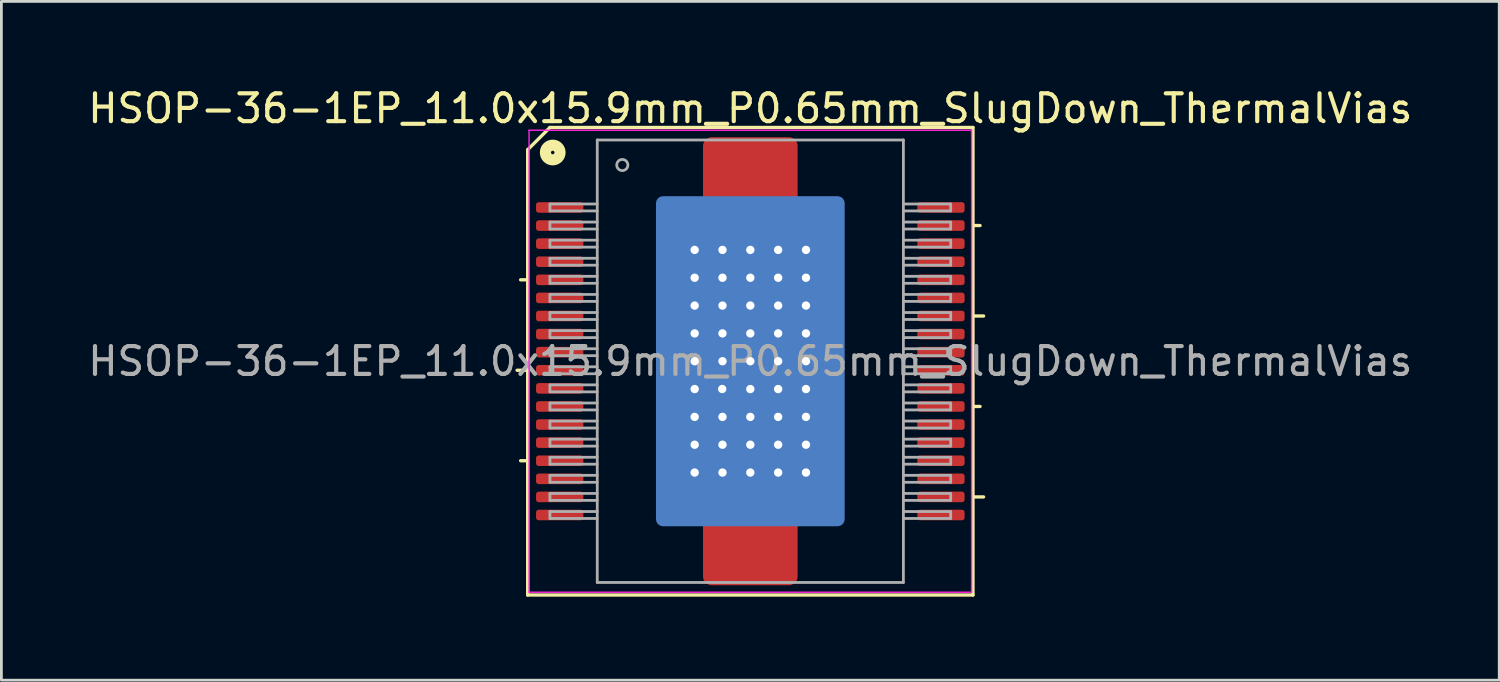
<source format=kicad_pcb>
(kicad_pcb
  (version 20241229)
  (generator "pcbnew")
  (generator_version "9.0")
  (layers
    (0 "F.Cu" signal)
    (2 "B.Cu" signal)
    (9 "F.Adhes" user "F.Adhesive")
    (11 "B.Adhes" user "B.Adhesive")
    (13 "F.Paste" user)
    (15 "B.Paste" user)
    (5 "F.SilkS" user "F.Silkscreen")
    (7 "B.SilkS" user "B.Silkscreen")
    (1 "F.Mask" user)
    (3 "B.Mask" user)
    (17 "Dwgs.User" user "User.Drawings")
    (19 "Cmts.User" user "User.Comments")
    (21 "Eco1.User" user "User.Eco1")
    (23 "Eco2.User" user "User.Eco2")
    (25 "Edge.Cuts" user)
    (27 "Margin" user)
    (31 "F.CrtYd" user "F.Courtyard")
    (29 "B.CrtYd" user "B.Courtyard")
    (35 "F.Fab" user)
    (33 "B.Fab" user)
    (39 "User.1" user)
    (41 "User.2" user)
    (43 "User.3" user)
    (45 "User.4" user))
  (footprint "HSOP-36-1EP_11.0x15.9mm_P0.65mm_SlugDown_ThermalVias"
    (layer "F.Cu")
    (at 23.911 9.93)
    (property "Reference" "HSOP-36-1EP_11.0x15.9mm_P0.65mm_SlugDown_ThermalVias" (at 0 -9.082 0) (layer "F.SilkS") (effects (font (size 1 1) (thickness 0.15))))
    (attr smd)
    (fp_line (start -8 -7.6) (end -8 8.4) (stroke (width 0.12) (type solid)) (layer "F.SilkS"))
    (fp_line (start -8 -7.6) (end -7.2 -8.4) (stroke (width 0.12) (type solid)) (layer "F.SilkS"))
    (fp_line (start -8 -2.925) (end -8.254 -2.925) (stroke (width 0.12) (type solid)) (layer "F.SilkS"))
    (fp_line (start -8 0.325) (end -8.381 0.325) (stroke (width 0.12) (type solid)) (layer "F.SilkS"))
    (fp_line (start -8 3.575) (end -8.254 3.575) (stroke (width 0.12) (type solid)) (layer "F.SilkS"))
    (fp_line (start -8 8.4) (end 8 8.4) (stroke (width 0.12) (type solid)) (layer "F.SilkS"))
    (fp_line (start 8 -8.4) (end -7.2 -8.4) (stroke (width 0.12) (type solid)) (layer "F.SilkS"))
    (fp_line (start 8 -4.875) (end 8.254 -4.875) (stroke (width 0.12) (type solid)) (layer "F.SilkS"))
    (fp_line (start 8 -1.625) (end 8.381 -1.625) (stroke (width 0.12) (type solid)) (layer "F.SilkS"))
    (fp_line (start 8 1.625) (end 8.254 1.625) (stroke (width 0.12) (type solid)) (layer "F.SilkS"))
    (fp_line (start 8 4.875) (end 8.381 4.875) (stroke (width 0.12) (type solid)) (layer "F.SilkS"))
    (fp_line (start 8 8.4) (end 8 -8.4) (stroke (width 0.12) (type solid)) (layer "F.SilkS"))
    (fp_circle (center -7.1 -7.5) (end -7.037 -7.5) (stroke (width 0.4) (type solid)) (fill no) (layer "F.SilkS"))
    (fp_line (start -7.95 -8.3) (end -7.95 8.3) (stroke (width 0.05) (type solid)) (layer "F.CrtYd"))
    (fp_line (start -7.95 -8.3) (end 7.95 -8.3) (stroke (width 0.05) (type solid)) (layer "F.CrtYd"))
    (fp_line (start 7.95 8.3) (end -7.95 8.3) (stroke (width 0.05) (type solid)) (layer "F.CrtYd"))
    (fp_line (start 7.95 8.3) (end 7.95 -8.3) (stroke (width 0.05) (type solid)) (layer "F.CrtYd"))
    (fp_line (start -7.2 -5.65) (end -7.2 -5.4) (stroke (width 0.1) (type solid)) (layer "F.Fab"))
    (fp_line (start -7.2 -5.65) (end -5.5 -5.65) (stroke (width 0.1) (type solid)) (layer "F.Fab"))
    (fp_line (start -7.2 -5.4) (end -5.5 -5.4) (stroke (width 0.1) (type solid)) (layer "F.Fab"))
    (fp_line (start -7.2 -5) (end -7.2 -4.75) (stroke (width 0.1) (type solid)) (layer "F.Fab"))
    (fp_line (start -7.2 -5) (end -5.5 -5) (stroke (width 0.1) (type solid)) (layer "F.Fab"))
    (fp_line (start -7.2 -4.75) (end -5.5 -4.75) (stroke (width 0.1) (type solid)) (layer "F.Fab"))
    (fp_line (start -7.2 -4.35) (end -7.2 -4.1) (stroke (width 0.1) (type solid)) (layer "F.Fab"))
    (fp_line (start -7.2 -4.35) (end -5.5 -4.35) (stroke (width 0.1) (type solid)) (layer "F.Fab"))
    (fp_line (start -7.2 -4.1) (end -5.5 -4.1) (stroke (width 0.1) (type solid)) (layer "F.Fab"))
    (fp_line (start -7.2 -3.7) (end -7.2 -3.45) (stroke (width 0.1) (type solid)) (layer "F.Fab"))
    (fp_line (start -7.2 -3.7) (end -5.5 -3.7) (stroke (width 0.1) (type solid)) (layer "F.Fab"))
    (fp_line (start -7.2 -3.45) (end -5.5 -3.45) (stroke (width 0.1) (type solid)) (layer "F.Fab"))
    (fp_line (start -7.2 -3.05) (end -7.2 -2.8) (stroke (width 0.1) (type solid)) (layer "F.Fab"))
    (fp_line (start -7.2 -3.05) (end -5.5 -3.05) (stroke (width 0.1) (type solid)) (layer "F.Fab"))
    (fp_line (start -7.2 -2.8) (end -5.5 -2.8) (stroke (width 0.1) (type solid)) (layer "F.Fab"))
    (fp_line (start -7.2 -2.4) (end -7.2 -2.15) (stroke (width 0.1) (type solid)) (layer "F.Fab"))
    (fp_line (start -7.2 -2.4) (end -5.5 -2.4) (stroke (width 0.1) (type solid)) (layer "F.Fab"))
    (fp_line (start -7.2 -2.15) (end -5.5 -2.15) (stroke (width 0.1) (type solid)) (layer "F.Fab"))
    (fp_line (start -7.2 -1.75) (end -7.2 -1.5) (stroke (width 0.1) (type solid)) (layer "F.Fab"))
    (fp_line (start -7.2 -1.75) (end -5.5 -1.75) (stroke (width 0.1) (type solid)) (layer "F.Fab"))
    (fp_line (start -7.2 -1.5) (end -5.5 -1.5) (stroke (width 0.1) (type solid)) (layer "F.Fab"))
    (fp_line (start -7.2 -1.1) (end -7.2 -0.85) (stroke (width 0.1) (type solid)) (layer "F.Fab"))
    (fp_line (start -7.2 -1.1) (end -5.5 -1.1) (stroke (width 0.1) (type solid)) (layer "F.Fab"))
    (fp_line (start -7.2 -0.85) (end -5.5 -0.85) (stroke (width 0.1) (type solid)) (layer "F.Fab"))
    (fp_line (start -7.2 -0.45) (end -7.2 -0.2) (stroke (width 0.1) (type solid)) (layer "F.Fab"))
    (fp_line (start -7.2 -0.45) (end -5.5 -0.45) (stroke (width 0.1) (type solid)) (layer "F.Fab"))
    (fp_line (start -7.2 -0.2) (end -5.5 -0.2) (stroke (width 0.1) (type solid)) (layer "F.Fab"))
    (fp_line (start -7.2 0.2) (end -7.2 0.45) (stroke (width 0.1) (type solid)) (layer "F.Fab"))
    (fp_line (start -7.2 0.2) (end -5.5 0.2) (stroke (width 0.1) (type solid)) (layer "F.Fab"))
    (fp_line (start -7.2 0.45) (end -5.5 0.45) (stroke (width 0.1) (type solid)) (layer "F.Fab"))
    (fp_line (start -7.2 0.85) (end -7.2 1.1) (stroke (width 0.1) (type solid)) (layer "F.Fab"))
    (fp_line (start -7.2 0.85) (end -5.5 0.85) (stroke (width 0.1) (type solid)) (layer "F.Fab"))
    (fp_line (start -7.2 1.1) (end -5.5 1.1) (stroke (width 0.1) (type solid)) (layer "F.Fab"))
    (fp_line (start -7.2 1.5) (end -7.2 1.75) (stroke (width 0.1) (type solid)) (layer "F.Fab"))
    (fp_line (start -7.2 1.5) (end -5.5 1.5) (stroke (width 0.1) (type solid)) (layer "F.Fab"))
    (fp_line (start -7.2 1.75) (end -5.5 1.75) (stroke (width 0.1) (type solid)) (layer "F.Fab"))
    (fp_line (start -7.2 2.15) (end -7.2 2.4) (stroke (width 0.1) (type solid)) (layer "F.Fab"))
    (fp_line (start -7.2 2.15) (end -5.5 2.15) (stroke (width 0.1) (type solid)) (layer "F.Fab"))
    (fp_line (start -7.2 2.4) (end -5.5 2.4) (stroke (width 0.1) (type solid)) (layer "F.Fab"))
    (fp_line (start -7.2 2.8) (end -7.2 3.05) (stroke (width 0.1) (type solid)) (layer "F.Fab"))
    (fp_line (start -7.2 2.8) (end -5.5 2.8) (stroke (width 0.1) (type solid)) (layer "F.Fab"))
    (fp_line (start -7.2 3.05) (end -5.5 3.05) (stroke (width 0.1) (type solid)) (layer "F.Fab"))
    (fp_line (start -7.2 3.45) (end -7.2 3.7) (stroke (width 0.1) (type solid)) (layer "F.Fab"))
    (fp_line (start -7.2 3.45) (end -5.5 3.45) (stroke (width 0.1) (type solid)) (layer "F.Fab"))
    (fp_line (start -7.2 3.7) (end -5.5 3.7) (stroke (width 0.1) (type solid)) (layer "F.Fab"))
    (fp_line (start -7.2 4.1) (end -7.2 4.35) (stroke (width 0.1) (type solid)) (layer "F.Fab"))
    (fp_line (start -7.2 4.1) (end -5.5 4.1) (stroke (width 0.1) (type solid)) (layer "F.Fab"))
    (fp_line (start -7.2 4.35) (end -5.5 4.35) (stroke (width 0.1) (type solid)) (layer "F.Fab"))
    (fp_line (start -7.2 4.75) (end -7.2 5) (stroke (width 0.1) (type solid)) (layer "F.Fab"))
    (fp_line (start -7.2 4.75) (end -5.5 4.75) (stroke (width 0.1) (type solid)) (layer "F.Fab"))
    (fp_line (start -7.2 5) (end -5.5 5) (stroke (width 0.1) (type solid)) (layer "F.Fab"))
    (fp_line (start -7.2 5.4) (end -7.2 5.65) (stroke (width 0.1) (type solid)) (layer "F.Fab"))
    (fp_line (start -7.2 5.4) (end -5.5 5.4) (stroke (width 0.1) (type solid)) (layer "F.Fab"))
    (fp_line (start -7.2 5.65) (end -5.5 5.65) (stroke (width 0.1) (type solid)) (layer "F.Fab"))
    (fp_line (start -5.5 -7.95) (end -5.5 7.95) (stroke (width 0.1) (type solid)) (layer "F.Fab"))
    (fp_line (start -5.5 7.95) (end 5.5 7.95) (stroke (width 0.1) (type solid)) (layer "F.Fab"))
    (fp_line (start 5.5 -7.95) (end -5.5 -7.95) (stroke (width 0.1) (type solid)) (layer "F.Fab"))
    (fp_line (start 5.5 7.95) (end 5.5 -7.95) (stroke (width 0.1) (type solid)) (layer "F.Fab"))
    (fp_line (start 7.2 -5.65) (end 5.5 -5.65) (stroke (width 0.1) (type solid)) (layer "F.Fab"))
    (fp_line (start 7.2 -5.4) (end 5.5 -5.4) (stroke (width 0.1) (type solid)) (layer "F.Fab"))
    (fp_line (start 7.2 -5.4) (end 7.2 -5.65) (stroke (width 0.1) (type solid)) (layer "F.Fab"))
    (fp_line (start 7.2 -5) (end 5.5 -5) (stroke (width 0.1) (type solid)) (layer "F.Fab"))
    (fp_line (start 7.2 -4.75) (end 5.5 -4.75) (stroke (width 0.1) (type solid)) (layer "F.Fab"))
    (fp_line (start 7.2 -4.75) (end 7.2 -5) (stroke (width 0.1) (type solid)) (layer "F.Fab"))
    (fp_line (start 7.2 -4.35) (end 5.5 -4.35) (stroke (width 0.1) (type solid)) (layer "F.Fab"))
    (fp_line (start 7.2 -4.1) (end 5.5 -4.1) (stroke (width 0.1) (type solid)) (layer "F.Fab"))
    (fp_line (start 7.2 -4.1) (end 7.2 -4.35) (stroke (width 0.1) (type solid)) (layer "F.Fab"))
    (fp_line (start 7.2 -3.7) (end 5.5 -3.7) (stroke (width 0.1) (type solid)) (layer "F.Fab"))
    (fp_line (start 7.2 -3.45) (end 5.5 -3.45) (stroke (width 0.1) (type solid)) (layer "F.Fab"))
    (fp_line (start 7.2 -3.45) (end 7.2 -3.7) (stroke (width 0.1) (type solid)) (layer "F.Fab"))
    (fp_line (start 7.2 -3.05) (end 5.5 -3.05) (stroke (width 0.1) (type solid)) (layer "F.Fab"))
    (fp_line (start 7.2 -2.8) (end 5.5 -2.8) (stroke (width 0.1) (type solid)) (layer "F.Fab"))
    (fp_line (start 7.2 -2.8) (end 7.2 -3.05) (stroke (width 0.1) (type solid)) (layer "F.Fab"))
    (fp_line (start 7.2 -2.4) (end 5.5 -2.4) (stroke (width 0.1) (type solid)) (layer "F.Fab"))
    (fp_line (start 7.2 -2.15) (end 5.5 -2.15) (stroke (width 0.1) (type solid)) (layer "F.Fab"))
    (fp_line (start 7.2 -2.15) (end 7.2 -2.4) (stroke (width 0.1) (type solid)) (layer "F.Fab"))
    (fp_line (start 7.2 -1.75) (end 5.5 -1.75) (stroke (width 0.1) (type solid)) (layer "F.Fab"))
    (fp_line (start 7.2 -1.5) (end 5.5 -1.5) (stroke (width 0.1) (type solid)) (layer "F.Fab"))
    (fp_line (start 7.2 -1.5) (end 7.2 -1.75) (stroke (width 0.1) (type solid)) (layer "F.Fab"))
    (fp_line (start 7.2 -1.1) (end 5.5 -1.1) (stroke (width 0.1) (type solid)) (layer "F.Fab"))
    (fp_line (start 7.2 -0.85) (end 5.5 -0.85) (stroke (width 0.1) (type solid)) (layer "F.Fab"))
    (fp_line (start 7.2 -0.85) (end 7.2 -1.1) (stroke (width 0.1) (type solid)) (layer "F.Fab"))
    (fp_line (start 7.2 -0.45) (end 5.5 -0.45) (stroke (width 0.1) (type solid)) (layer "F.Fab"))
    (fp_line (start 7.2 -0.2) (end 5.5 -0.2) (stroke (width 0.1) (type solid)) (layer "F.Fab"))
    (fp_line (start 7.2 -0.2) (end 7.2 -0.45) (stroke (width 0.1) (type solid)) (layer "F.Fab"))
    (fp_line (start 7.2 0.2) (end 5.5 0.2) (stroke (width 0.1) (type solid)) (layer "F.Fab"))
    (fp_line (start 7.2 0.45) (end 5.5 0.45) (stroke (width 0.1) (type solid)) (layer "F.Fab"))
    (fp_line (start 7.2 0.45) (end 7.2 0.2) (stroke (width 0.1) (type solid)) (layer "F.Fab"))
    (fp_line (start 7.2 0.85) (end 5.5 0.85) (stroke (width 0.1) (type solid)) (layer "F.Fab"))
    (fp_line (start 7.2 1.1) (end 5.5 1.1) (stroke (width 0.1) (type solid)) (layer "F.Fab"))
    (fp_line (start 7.2 1.1) (end 7.2 0.85) (stroke (width 0.1) (type solid)) (layer "F.Fab"))
    (fp_line (start 7.2 1.5) (end 5.5 1.5) (stroke (width 0.1) (type solid)) (layer "F.Fab"))
    (fp_line (start 7.2 1.75) (end 5.5 1.75) (stroke (width 0.1) (type solid)) (layer "F.Fab"))
    (fp_line (start 7.2 1.75) (end 7.2 1.5) (stroke (width 0.1) (type solid)) (layer "F.Fab"))
    (fp_line (start 7.2 2.15) (end 5.5 2.15) (stroke (width 0.1) (type solid)) (layer "F.Fab"))
    (fp_line (start 7.2 2.4) (end 5.5 2.4) (stroke (width 0.1) (type solid)) (layer "F.Fab"))
    (fp_line (start 7.2 2.4) (end 7.2 2.15) (stroke (width 0.1) (type solid)) (layer "F.Fab"))
    (fp_line (start 7.2 2.8) (end 5.5 2.8) (stroke (width 0.1) (type solid)) (layer "F.Fab"))
    (fp_line (start 7.2 3.05) (end 5.5 3.05) (stroke (width 0.1) (type solid)) (layer "F.Fab"))
    (fp_line (start 7.2 3.05) (end 7.2 2.8) (stroke (width 0.1) (type solid)) (layer "F.Fab"))
    (fp_line (start 7.2 3.45) (end 5.5 3.45) (stroke (width 0.1) (type solid)) (layer "F.Fab"))
    (fp_line (start 7.2 3.7) (end 5.5 3.7) (stroke (width 0.1) (type solid)) (layer "F.Fab"))
    (fp_line (start 7.2 3.7) (end 7.2 3.45) (stroke (width 0.1) (type solid)) (layer "F.Fab"))
    (fp_line (start 7.2 4.1) (end 5.5 4.1) (stroke (width 0.1) (type solid)) (layer "F.Fab"))
    (fp_line (start 7.2 4.35) (end 5.5 4.35) (stroke (width 0.1) (type solid)) (layer "F.Fab"))
    (fp_line (start 7.2 4.35) (end 7.2 4.1) (stroke (width 0.1) (type solid)) (layer "F.Fab"))
    (fp_line (start 7.2 4.75) (end 5.5 4.75) (stroke (width 0.1) (type solid)) (layer "F.Fab"))
    (fp_line (start 7.2 5) (end 5.5 5) (stroke (width 0.1) (type solid)) (layer "F.Fab"))
    (fp_line (start 7.2 5) (end 7.2 4.75) (stroke (width 0.1) (type solid)) (layer "F.Fab"))
    (fp_line (start 7.2 5.4) (end 5.5 5.4) (stroke (width 0.1) (type solid)) (layer "F.Fab"))
    (fp_line (start 7.2 5.65) (end 5.5 5.65) (stroke (width 0.1) (type solid)) (layer "F.Fab"))
    (fp_line (start 7.2 5.65) (end 7.2 5.4) (stroke (width 0.1) (type solid)) (layer "F.Fab"))
    (fp_circle (center -4.6 -7.05) (end -4.4 -7.05) (stroke (width 0.1) (type solid)) (fill no) (layer "F.Fab"))
    (fp_text user "${REFERENCE}" (at 0 0 0) (layer "F.Fab") (effects (font (size 1 1) (thickness 0.15))))
    (pad "" smd roundrect (at -2.4 -4.5) (size 1.3 1.5) (layers "F.Paste") (roundrect_rratio 0.167))
    (pad "" smd roundrect (at -2.4 -2.7) (size 1.3 1.5) (layers "F.Paste") (roundrect_rratio 0.167))
    (pad "" smd roundrect (at -2.4 -0.9) (size 1.3 1.5) (layers "F.Paste") (roundrect_rratio 0.167))
    (pad "" smd roundrect (at -2.4 0.9) (size 1.3 1.5) (layers "F.Paste") (roundrect_rratio 0.167))
    (pad "" smd roundrect (at -2.4 2.7) (size 1.3 1.5) (layers "F.Paste") (roundrect_rratio 0.167))
    (pad "" smd roundrect (at -2.4 4.5) (size 1.3 1.5) (layers "F.Paste") (roundrect_rratio 0.167))
    (pad "" smd roundrect (at -0.8 -7.6) (size 1.3 0.6) (layers "F.Paste") (roundrect_rratio 0.167))
    (pad "" smd roundrect (at -0.8 -6.3) (size 1.3 1.5) (layers "F.Paste") (roundrect_rratio 0.167))
    (pad "" smd roundrect (at -0.8 -4.5) (size 1.3 1.5) (layers "F.Paste") (roundrect_rratio 0.167))
    (pad "" smd roundrect (at -0.8 -2.7) (size 1.3 1.5) (layers "F.Paste") (roundrect_rratio 0.167))
    (pad "" smd roundrect (at -0.8 -0.9) (size 1.3 1.5) (layers "F.Paste") (roundrect_rratio 0.167))
    (pad "" smd roundrect (at -0.8 0.9) (size 1.3 1.5) (layers "F.Paste") (roundrect_rratio 0.167))
    (pad "" smd roundrect (at -0.8 2.7) (size 1.3 1.5) (layers "F.Paste") (roundrect_rratio 0.167))
    (pad "" smd roundrect (at -0.8 4.5) (size 1.3 1.5) (layers "F.Paste") (roundrect_rratio 0.167))
    (pad "" smd roundrect (at -0.8 6.3) (size 1.3 1.5) (layers "F.Paste") (roundrect_rratio 0.167))
    (pad "" smd roundrect (at -0.8 7.6) (size 1.3 0.6) (layers "F.Paste") (roundrect_rratio 0.167))
    (pad "" smd roundrect (at 0.8 -7.6) (size 1.3 0.6) (layers "F.Paste") (roundrect_rratio 0.167))
    (pad "" smd roundrect (at 0.8 -6.3) (size 1.3 1.5) (layers "F.Paste") (roundrect_rratio 0.167))
    (pad "" smd roundrect (at 0.8 -4.5) (size 1.3 1.5) (layers "F.Paste") (roundrect_rratio 0.167))
    (pad "" smd roundrect (at 0.8 -2.7) (size 1.3 1.5) (layers "F.Paste") (roundrect_rratio 0.167))
    (pad "" smd roundrect (at 0.8 -0.9) (size 1.3 1.5) (layers "F.Paste") (roundrect_rratio 0.167))
    (pad "" smd roundrect (at 0.8 0.9) (size 1.3 1.5) (layers "F.Paste") (roundrect_rratio 0.167))
    (pad "" smd roundrect (at 0.8 2.7) (size 1.3 1.5) (layers "F.Paste") (roundrect_rratio 0.167))
    (pad "" smd roundrect (at 0.8 4.5) (size 1.3 1.5) (layers "F.Paste") (roundrect_rratio 0.167))
    (pad "" smd roundrect (at 0.8 6.3) (size 1.3 1.5) (layers "F.Paste") (roundrect_rratio 0.167))
    (pad "" smd roundrect (at 0.8 7.6) (size 1.3 0.6) (layers "F.Paste") (roundrect_rratio 0.167))
    (pad "" smd roundrect (at 2.4 -4.5) (size 1.3 1.5) (layers "F.Paste") (roundrect_rratio 0.167))
    (pad "" smd roundrect (at 2.4 -2.7) (size 1.3 1.5) (layers "F.Paste") (roundrect_rratio 0.167))
    (pad "" smd roundrect (at 2.4 -0.9) (size 1.3 1.5) (layers "F.Paste") (roundrect_rratio 0.167))
    (pad "" smd roundrect (at 2.4 0.9) (size 1.3 1.5) (layers "F.Paste") (roundrect_rratio 0.167))
    (pad "" smd roundrect (at 2.4 2.7) (size 1.3 1.5) (layers "F.Paste") (roundrect_rratio 0.167))
    (pad "" smd roundrect (at 2.4 4.5) (size 1.3 1.5) (layers "F.Paste") (roundrect_rratio 0.167))
    (pad "1" smd roundrect (at -6.85 -5.525) (size 1.7 0.38) (layers "F.Cu" "F.Mask" "F.Paste") (roundrect_rratio 0.25))
    (pad "2" smd roundrect (at -6.85 -4.875) (size 1.7 0.38) (layers "F.Cu" "F.Mask" "F.Paste") (roundrect_rratio 0.25))
    (pad "3" smd roundrect (at -6.85 -4.225) (size 1.7 0.38) (layers "F.Cu" "F.Mask" "F.Paste") (roundrect_rratio 0.25))
    (pad "4" smd roundrect (at -6.85 -3.575) (size 1.7 0.38) (layers "F.Cu" "F.Mask" "F.Paste") (roundrect_rratio 0.25))
    (pad "5" smd roundrect (at -6.85 -2.925) (size 1.7 0.38) (layers "F.Cu" "F.Mask" "F.Paste") (roundrect_rratio 0.25))
    (pad "6" smd roundrect (at -6.85 -2.275) (size 1.7 0.38) (layers "F.Cu" "F.Mask" "F.Paste") (roundrect_rratio 0.25))
    (pad "7" smd roundrect (at -6.85 -1.625) (size 1.7 0.38) (layers "F.Cu" "F.Mask" "F.Paste") (roundrect_rratio 0.25))
    (pad "8" smd roundrect (at -6.85 -0.975) (size 1.7 0.38) (layers "F.Cu" "F.Mask" "F.Paste") (roundrect_rratio 0.25))
    (pad "9" smd roundrect (at -6.85 -0.325) (size 1.7 0.38) (layers "F.Cu" "F.Mask" "F.Paste") (roundrect_rratio 0.25))
    (pad "10" smd roundrect (at -6.85 0.325) (size 1.7 0.38) (layers "F.Cu" "F.Mask" "F.Paste") (roundrect_rratio 0.25))
    (pad "11" smd roundrect (at -6.85 0.975) (size 1.7 0.38) (layers "F.Cu" "F.Mask" "F.Paste") (roundrect_rratio 0.25))
    (pad "12" smd roundrect (at -6.85 1.625) (size 1.7 0.38) (layers "F.Cu" "F.Mask" "F.Paste") (roundrect_rratio 0.25))
    (pad "13" smd roundrect (at -6.85 2.275) (size 1.7 0.38) (layers "F.Cu" "F.Mask" "F.Paste") (roundrect_rratio 0.25))
    (pad "14" smd roundrect (at -6.85 2.925) (size 1.7 0.38) (layers "F.Cu" "F.Mask" "F.Paste") (roundrect_rratio 0.25))
    (pad "15" smd roundrect (at -6.85 3.575) (size 1.7 0.38) (layers "F.Cu" "F.Mask" "F.Paste") (roundrect_rratio 0.25))
    (pad "16" smd roundrect (at -6.85 4.225) (size 1.7 0.38) (layers "F.Cu" "F.Mask" "F.Paste") (roundrect_rratio 0.25))
    (pad "17" smd roundrect (at -6.85 4.875) (size 1.7 0.38) (layers "F.Cu" "F.Mask" "F.Paste") (roundrect_rratio 0.25))
    (pad "18" smd roundrect (at -6.85 5.525) (size 1.7 0.38) (layers "F.Cu" "F.Mask" "F.Paste") (roundrect_rratio 0.25))
    (pad "19" smd roundrect (at 6.85 5.525) (size 1.7 0.38) (layers "F.Cu" "F.Mask" "F.Paste") (roundrect_rratio 0.25))
    (pad "20" smd roundrect (at 6.85 4.875) (size 1.7 0.38) (layers "F.Cu" "F.Mask" "F.Paste") (roundrect_rratio 0.25))
    (pad "21" smd roundrect (at 6.85 4.225) (size 1.7 0.38) (layers "F.Cu" "F.Mask" "F.Paste") (roundrect_rratio 0.25))
    (pad "22" smd roundrect (at 6.85 3.575) (size 1.7 0.38) (layers "F.Cu" "F.Mask" "F.Paste") (roundrect_rratio 0.25))
    (pad "23" smd roundrect (at 6.85 2.925) (size 1.7 0.38) (layers "F.Cu" "F.Mask" "F.Paste") (roundrect_rratio 0.25))
    (pad "24" smd roundrect (at 6.85 2.275) (size 1.7 0.38) (layers "F.Cu" "F.Mask" "F.Paste") (roundrect_rratio 0.25))
    (pad "25" smd roundrect (at 6.85 1.625) (size 1.7 0.38) (layers "F.Cu" "F.Mask" "F.Paste") (roundrect_rratio 0.25))
    (pad "26" smd roundrect (at 6.85 0.975) (size 1.7 0.38) (layers "F.Cu" "F.Mask" "F.Paste") (roundrect_rratio 0.25))
    (pad "27" smd roundrect (at 6.85 0.325) (size 1.7 0.38) (layers "F.Cu" "F.Mask" "F.Paste") (roundrect_rratio 0.25))
    (pad "28" smd roundrect (at 6.85 -0.325) (size 1.7 0.38) (layers "F.Cu" "F.Mask" "F.Paste") (roundrect_rratio 0.25))
    (pad "29" smd roundrect (at 6.85 -0.975) (size 1.7 0.38) (layers "F.Cu" "F.Mask" "F.Paste") (roundrect_rratio 0.25))
    (pad "30" smd roundrect (at 6.85 -1.625) (size 1.7 0.38) (layers "F.Cu" "F.Mask" "F.Paste") (roundrect_rratio 0.25))
    (pad "31" smd roundrect (at 6.85 -2.275) (size 1.7 0.38) (layers "F.Cu" "F.Mask" "F.Paste") (roundrect_rratio 0.25))
    (pad "32" smd roundrect (at 6.85 -2.925) (size 1.7 0.38) (layers "F.Cu" "F.Mask" "F.Paste") (roundrect_rratio 0.25))
    (pad "33" smd roundrect (at 6.85 -3.575) (size 1.7 0.38) (layers "F.Cu" "F.Mask" "F.Paste") (roundrect_rratio 0.25))
    (pad "34" smd roundrect (at 6.85 -4.225) (size 1.7 0.38) (layers "F.Cu" "F.Mask" "F.Paste") (roundrect_rratio 0.25))
    (pad "35" smd roundrect (at 6.85 -4.875) (size 1.7 0.38) (layers "F.Cu" "F.Mask" "F.Paste") (roundrect_rratio 0.25))
    (pad "36" smd roundrect (at 6.85 -5.525) (size 1.7 0.38) (layers "F.Cu" "F.Mask" "F.Paste") (roundrect_rratio 0.25))
    (pad "37" thru_hole circle (at -2 -4) (size 0.6 0.6) (drill 0.3) (property pad_prop_heatsink) (layers "*.Cu"))
    (pad "37" thru_hole circle (at -2 -3) (size 0.6 0.6) (drill 0.3) (property pad_prop_heatsink) (layers "*.Cu"))
    (pad "37" thru_hole circle (at -2 -2) (size 0.6 0.6) (drill 0.3) (property pad_prop_heatsink) (layers "*.Cu"))
    (pad "37" thru_hole circle (at -2 -1) (size 0.6 0.6) (drill 0.3) (property pad_prop_heatsink) (layers "*.Cu"))
    (pad "37" thru_hole circle (at -2 0) (size 0.6 0.6) (drill 0.3) (property pad_prop_heatsink) (layers "*.Cu"))
    (pad "37" thru_hole circle (at -2 1) (size 0.6 0.6) (drill 0.3) (property pad_prop_heatsink) (layers "*.Cu"))
    (pad "37" thru_hole circle (at -2 2) (size 0.6 0.6) (drill 0.3) (property pad_prop_heatsink) (layers "*.Cu"))
    (pad "37" thru_hole circle (at -2 3) (size 0.6 0.6) (drill 0.3) (property pad_prop_heatsink) (layers "*.Cu"))
    (pad "37" thru_hole circle (at -2 4) (size 0.6 0.6) (drill 0.3) (property pad_prop_heatsink) (layers "*.Cu"))
    (pad "37" thru_hole circle (at -1.01 0.998) (size 0.6 0.6) (drill 0.3) (property pad_prop_heatsink) (layers "*.Cu"))
    (pad "37" thru_hole circle (at -1 -4) (size 0.6 0.6) (drill 0.3) (property pad_prop_heatsink) (layers "*.Cu"))
    (pad "37" thru_hole circle (at -1 -3) (size 0.6 0.6) (drill 0.3) (property pad_prop_heatsink) (layers "*.Cu"))
    (pad "37" thru_hole circle (at -1 -2) (size 0.6 0.6) (drill 0.3) (property pad_prop_heatsink) (layers "*.Cu"))
    (pad "37" thru_hole circle (at -1 -1) (size 0.6 0.6) (drill 0.3) (property pad_prop_heatsink) (layers "*.Cu"))
    (pad "37" thru_hole circle (at -1 0) (size 0.6 0.6) (drill 0.3) (property pad_prop_heatsink) (layers "*.Cu"))
    (pad "37" thru_hole circle (at -1 2) (size 0.6 0.6) (drill 0.3) (property pad_prop_heatsink) (layers "*.Cu"))
    (pad "37" thru_hole circle (at -1 3) (size 0.6 0.6) (drill 0.3) (property pad_prop_heatsink) (layers "*.Cu"))
    (pad "37" thru_hole circle (at -1 4) (size 0.6 0.6) (drill 0.3) (property pad_prop_heatsink) (layers "*.Cu"))
    (pad "37" smd roundrect (at 0 -6.55) (size 3.4 3) (layers "F.Cu" "F.Mask") (roundrect_rratio 0.104))
    (pad "37" thru_hole circle (at 0 -4) (size 0.6 0.6) (drill 0.3) (property pad_prop_heatsink) (layers "*.Cu"))
    (pad "37" thru_hole circle (at 0 -3) (size 0.6 0.6) (drill 0.3) (property pad_prop_heatsink) (layers "*.Cu"))
    (pad "37" thru_hole circle (at 0 -2) (size 0.6 0.6) (drill 0.3) (property pad_prop_heatsink) (layers "*.Cu"))
    (pad "37" thru_hole circle (at 0 -1) (size 0.6 0.6) (drill 0.3) (property pad_prop_heatsink) (layers "*.Cu"))
    (pad "37" thru_hole circle (at 0 0) (size 0.6 0.6) (drill 0.3) (property pad_prop_heatsink) (layers "*.Cu"))
    (pad "37" smd roundrect (at 0 0) (size 6.4 11.27) (layers "F.Cu" "F.Mask") (roundrect_rratio 0.039))
    (pad "37" smd roundrect (at 0 0) (size 6.78 11.86) (layers "B.Cu" "B.Mask") (roundrect_rratio 0.037))
    (pad "37" thru_hole circle (at 0 1) (size 0.6 0.6) (drill 0.3) (property pad_prop_heatsink) (layers "*.Cu"))
    (pad "37" thru_hole circle (at 0 2) (size 0.6 0.6) (drill 0.3) (property pad_prop_heatsink) (layers "*.Cu"))
    (pad "37" thru_hole circle (at 0 3) (size 0.6 0.6) (drill 0.3) (property pad_prop_heatsink) (layers "*.Cu"))
    (pad "37" thru_hole circle (at 0 4) (size 0.6 0.6) (drill 0.3) (property pad_prop_heatsink) (layers "*.Cu"))
    (pad "37" smd roundrect (at 0 6.55) (size 3.4 3) (layers "F.Cu" "F.Mask") (roundrect_rratio 0.104))
    (pad "37" thru_hole circle (at 1 -4) (size 0.6 0.6) (drill 0.3) (property pad_prop_heatsink) (layers "*.Cu"))
    (pad "37" thru_hole circle (at 1 -3) (size 0.6 0.6) (drill 0.3) (property pad_prop_heatsink) (layers "*.Cu"))
    (pad "37" thru_hole circle (at 1 -2) (size 0.6 0.6) (drill 0.3) (property pad_prop_heatsink) (layers "*.Cu"))
    (pad "37" thru_hole circle (at 1 -1) (size 0.6 0.6) (drill 0.3) (property pad_prop_heatsink) (layers "*.Cu"))
    (pad "37" thru_hole circle (at 1 0) (size 0.6 0.6) (drill 0.3) (property pad_prop_heatsink) (layers "*.Cu"))
    (pad "37" thru_hole circle (at 1 1) (size 0.6 0.6) (drill 0.3) (property pad_prop_heatsink) (layers "*.Cu"))
    (pad "37" thru_hole circle (at 1 2) (size 0.6 0.6) (drill 0.3) (property pad_prop_heatsink) (layers "*.Cu"))
    (pad "37" thru_hole circle (at 1 3) (size 0.6 0.6) (drill 0.3) (property pad_prop_heatsink) (layers "*.Cu"))
    (pad "37" thru_hole circle (at 1 4) (size 0.6 0.6) (drill 0.3) (property pad_prop_heatsink) (layers "*.Cu"))
    (pad "37" thru_hole circle (at 2 -4) (size 0.6 0.6) (drill 0.3) (property pad_prop_heatsink) (layers "*.Cu"))
    (pad "37" thru_hole circle (at 2 -3) (size 0.6 0.6) (drill 0.3) (property pad_prop_heatsink) (layers "*.Cu"))
    (pad "37" thru_hole circle (at 2 -2) (size 0.6 0.6) (drill 0.3) (property pad_prop_heatsink) (layers "*.Cu"))
    (pad "37" thru_hole circle (at 2 -1) (size 0.6 0.6) (drill 0.3) (property pad_prop_heatsink) (layers "*.Cu"))
    (pad "37" thru_hole circle (at 2 0) (size 0.6 0.6) (drill 0.3) (property pad_prop_heatsink) (layers "*.Cu"))
    (pad "37" thru_hole circle (at 2 1) (size 0.6 0.6) (drill 0.3) (property pad_prop_heatsink) (layers "*.Cu"))
    (pad "37" thru_hole circle (at 2 2) (size 0.6 0.6) (drill 0.3) (property pad_prop_heatsink) (layers "*.Cu"))
    (pad "37" thru_hole circle (at 2 3) (size 0.6 0.6) (drill 0.3) (property pad_prop_heatsink) (layers "*.Cu"))
    (pad "37" thru_hole circle (at 2 4) (size 0.6 0.6) (drill 0.3) (property pad_prop_heatsink) (layers "*.Cu")))
  (gr_rect
    (start -3 -3)
    (end 50.821 21.39)
    (stroke (width 0.1) (type default))
    (fill no)
    (layer "Edge.Cuts")))
</source>
